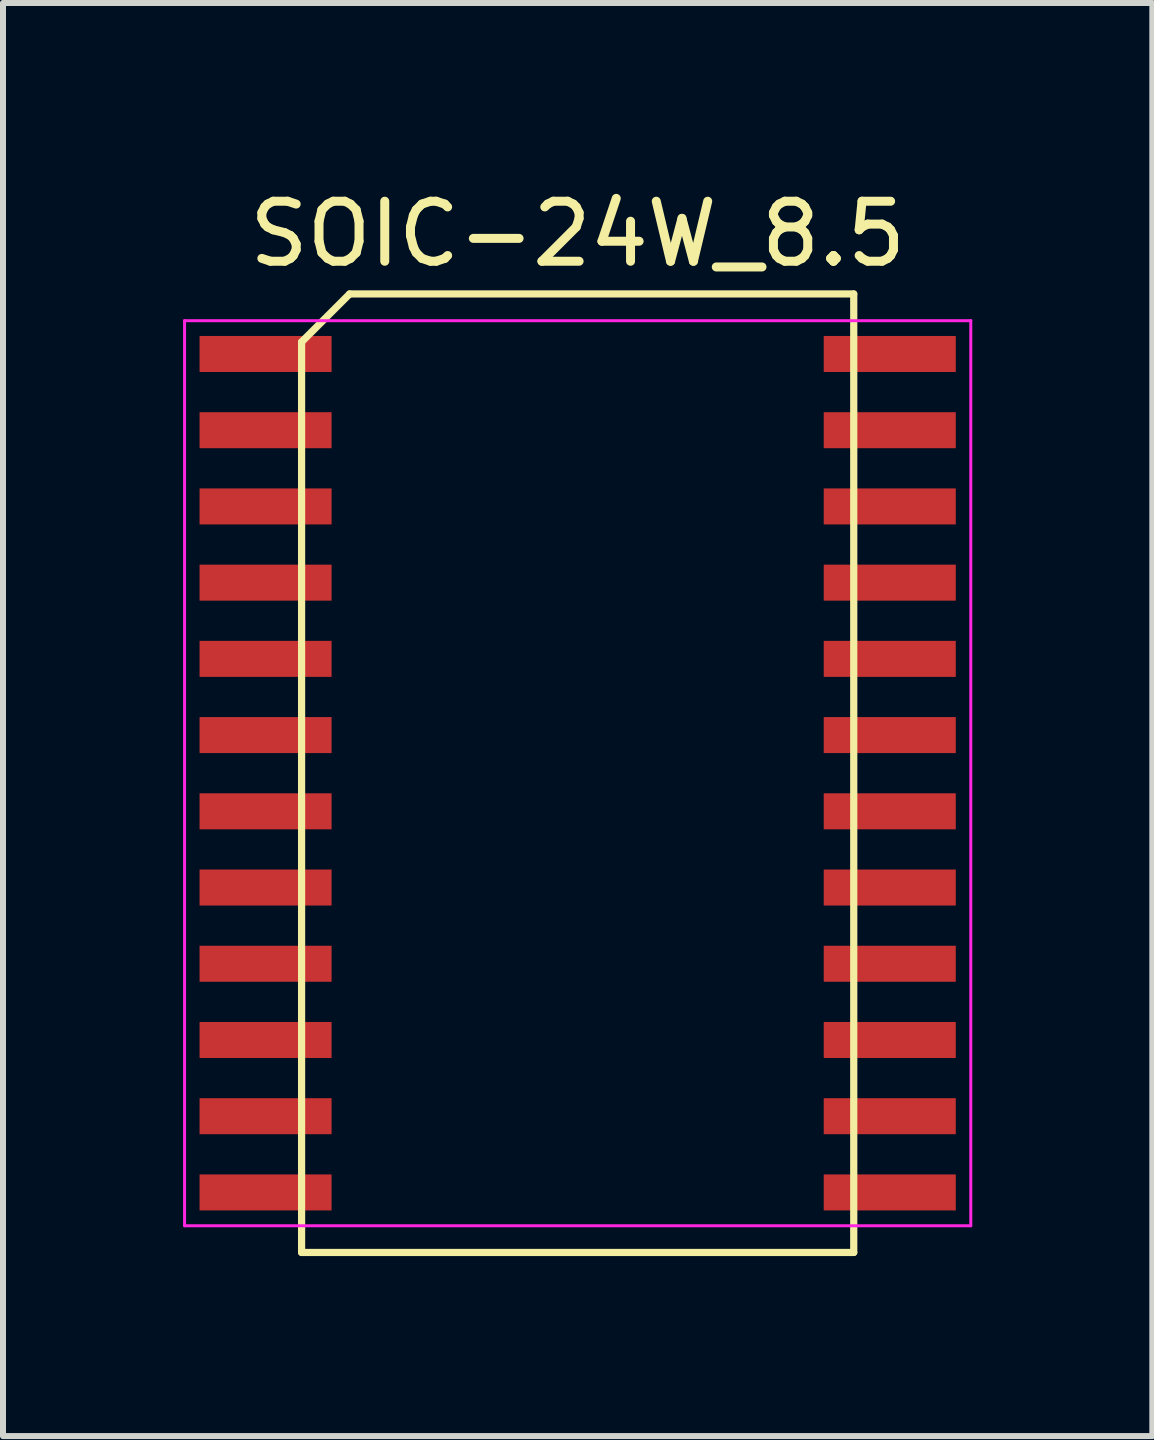
<source format=kicad_pcb>
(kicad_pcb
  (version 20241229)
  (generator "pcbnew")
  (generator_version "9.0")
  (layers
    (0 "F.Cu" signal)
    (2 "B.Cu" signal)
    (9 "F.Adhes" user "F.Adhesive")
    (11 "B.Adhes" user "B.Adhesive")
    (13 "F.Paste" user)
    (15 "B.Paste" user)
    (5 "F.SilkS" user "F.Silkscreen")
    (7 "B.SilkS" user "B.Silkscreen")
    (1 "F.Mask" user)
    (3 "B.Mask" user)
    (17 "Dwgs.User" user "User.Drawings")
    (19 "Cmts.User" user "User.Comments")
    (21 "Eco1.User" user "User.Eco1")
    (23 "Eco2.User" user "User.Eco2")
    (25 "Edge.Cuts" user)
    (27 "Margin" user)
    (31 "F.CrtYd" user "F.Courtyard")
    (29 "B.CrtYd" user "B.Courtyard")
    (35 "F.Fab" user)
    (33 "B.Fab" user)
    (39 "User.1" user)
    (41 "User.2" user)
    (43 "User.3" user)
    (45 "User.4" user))
  (footprint "SOIC-24W_8.5"
    (layer "F.Cu")
    (at 6.575 9.833)
    (property "Reference" "SOIC-24W_8.5" (at 0 -8.985 0) (layer "F.SilkS") (effects (font (size 1 1) (thickness 0.15))))
    (attr smd)
    (fp_line (start -4.6 -7.185) (end -3.8 -7.985) (stroke (width 0.12) (type default)) (layer "F.SilkS"))
    (fp_line (start -4.6 7.985) (end -4.6 -7.185) (stroke (width 0.12) (type default)) (layer "F.SilkS"))
    (fp_line (start -3.8 -7.985) (end 4.6 -7.985) (stroke (width 0.12) (type default)) (layer "F.SilkS"))
    (fp_line (start 4.6 -7.985) (end 4.6 7.985) (stroke (width 0.12) (type default)) (layer "F.SilkS"))
    (fp_line (start 4.6 7.985) (end -4.6 7.985) (stroke (width 0.12) (type default)) (layer "F.SilkS"))
    (fp_line (start -6.55 -7.54) (end 6.55 -7.54) (stroke (width 0.05) (type default)) (layer "F.CrtYd"))
    (fp_line (start -6.55 7.54) (end -6.55 -7.54) (stroke (width 0.05) (type default)) (layer "F.CrtYd"))
    (fp_line (start 6.55 -7.54) (end 6.55 7.54) (stroke (width 0.05) (type default)) (layer "F.CrtYd"))
    (fp_line (start 6.55 7.54) (end -6.55 7.54) (stroke (width 0.05) (type default)) (layer "F.CrtYd"))
    (pad "1" smd rect (at -5.2 -6.985 270) (size 0.6 2.2) (layers "F.Cu" "F.Mask" "F.Paste"))
    (pad "2" smd rect (at -5.2 -5.715 270) (size 0.6 2.2) (layers "F.Cu" "F.Mask" "F.Paste"))
    (pad "3" smd rect (at -5.2 -4.445 270) (size 0.6 2.2) (layers "F.Cu" "F.Mask" "F.Paste"))
    (pad "4" smd rect (at -5.2 -3.175 270) (size 0.6 2.2) (layers "F.Cu" "F.Mask" "F.Paste"))
    (pad "5" smd rect (at -5.2 -1.905 270) (size 0.6 2.2) (layers "F.Cu" "F.Mask" "F.Paste"))
    (pad "6" smd rect (at -5.2 -0.635 270) (size 0.6 2.2) (layers "F.Cu" "F.Mask" "F.Paste"))
    (pad "7" smd rect (at -5.2 0.635 270) (size 0.6 2.2) (layers "F.Cu" "F.Mask" "F.Paste"))
    (pad "8" smd rect (at -5.2 1.905 270) (size 0.6 2.2) (layers "F.Cu" "F.Mask" "F.Paste"))
    (pad "9" smd rect (at -5.2 3.175 270) (size 0.6 2.2) (layers "F.Cu" "F.Mask" "F.Paste"))
    (pad "10" smd rect (at -5.2 4.445 270) (size 0.6 2.2) (layers "F.Cu" "F.Mask" "F.Paste"))
    (pad "11" smd rect (at -5.2 5.715 270) (size 0.6 2.2) (layers "F.Cu" "F.Mask" "F.Paste"))
    (pad "12" smd rect (at -5.2 6.985 270) (size 0.6 2.2) (layers "F.Cu" "F.Mask" "F.Paste"))
    (pad "13" smd rect (at 5.2 6.985 270) (size 0.6 2.2) (layers "F.Cu" "F.Mask" "F.Paste"))
    (pad "14" smd rect (at 5.2 5.715 270) (size 0.6 2.2) (layers "F.Cu" "F.Mask" "F.Paste"))
    (pad "15" smd rect (at 5.2 4.445 270) (size 0.6 2.2) (layers "F.Cu" "F.Mask" "F.Paste"))
    (pad "16" smd rect (at 5.2 3.175 270) (size 0.6 2.2) (layers "F.Cu" "F.Mask" "F.Paste"))
    (pad "17" smd rect (at 5.2 1.905 270) (size 0.6 2.2) (layers "F.Cu" "F.Mask" "F.Paste"))
    (pad "18" smd rect (at 5.2 0.635 270) (size 0.6 2.2) (layers "F.Cu" "F.Mask" "F.Paste"))
    (pad "19" smd rect (at 5.2 -0.635 270) (size 0.6 2.2) (layers "F.Cu" "F.Mask" "F.Paste"))
    (pad "20" smd rect (at 5.2 -1.905 270) (size 0.6 2.2) (layers "F.Cu" "F.Mask" "F.Paste"))
    (pad "21" smd rect (at 5.2 -3.175 270) (size 0.6 2.2) (layers "F.Cu" "F.Mask" "F.Paste"))
    (pad "22" smd rect (at 5.2 -4.445 270) (size 0.6 2.2) (layers "F.Cu" "F.Mask" "F.Paste"))
    (pad "23" smd rect (at 5.2 -5.715 270) (size 0.6 2.2) (layers "F.Cu" "F.Mask" "F.Paste"))
    (pad "24" smd rect (at 5.2 -6.985 270) (size 0.6 2.2) (layers "F.Cu" "F.Mask" "F.Paste")))
  (gr_rect
    (start -3 -3)
    (end 16.15 20.878)
    (stroke (width 0.1) (type default))
    (fill no)
    (layer "Edge.Cuts")))
</source>
